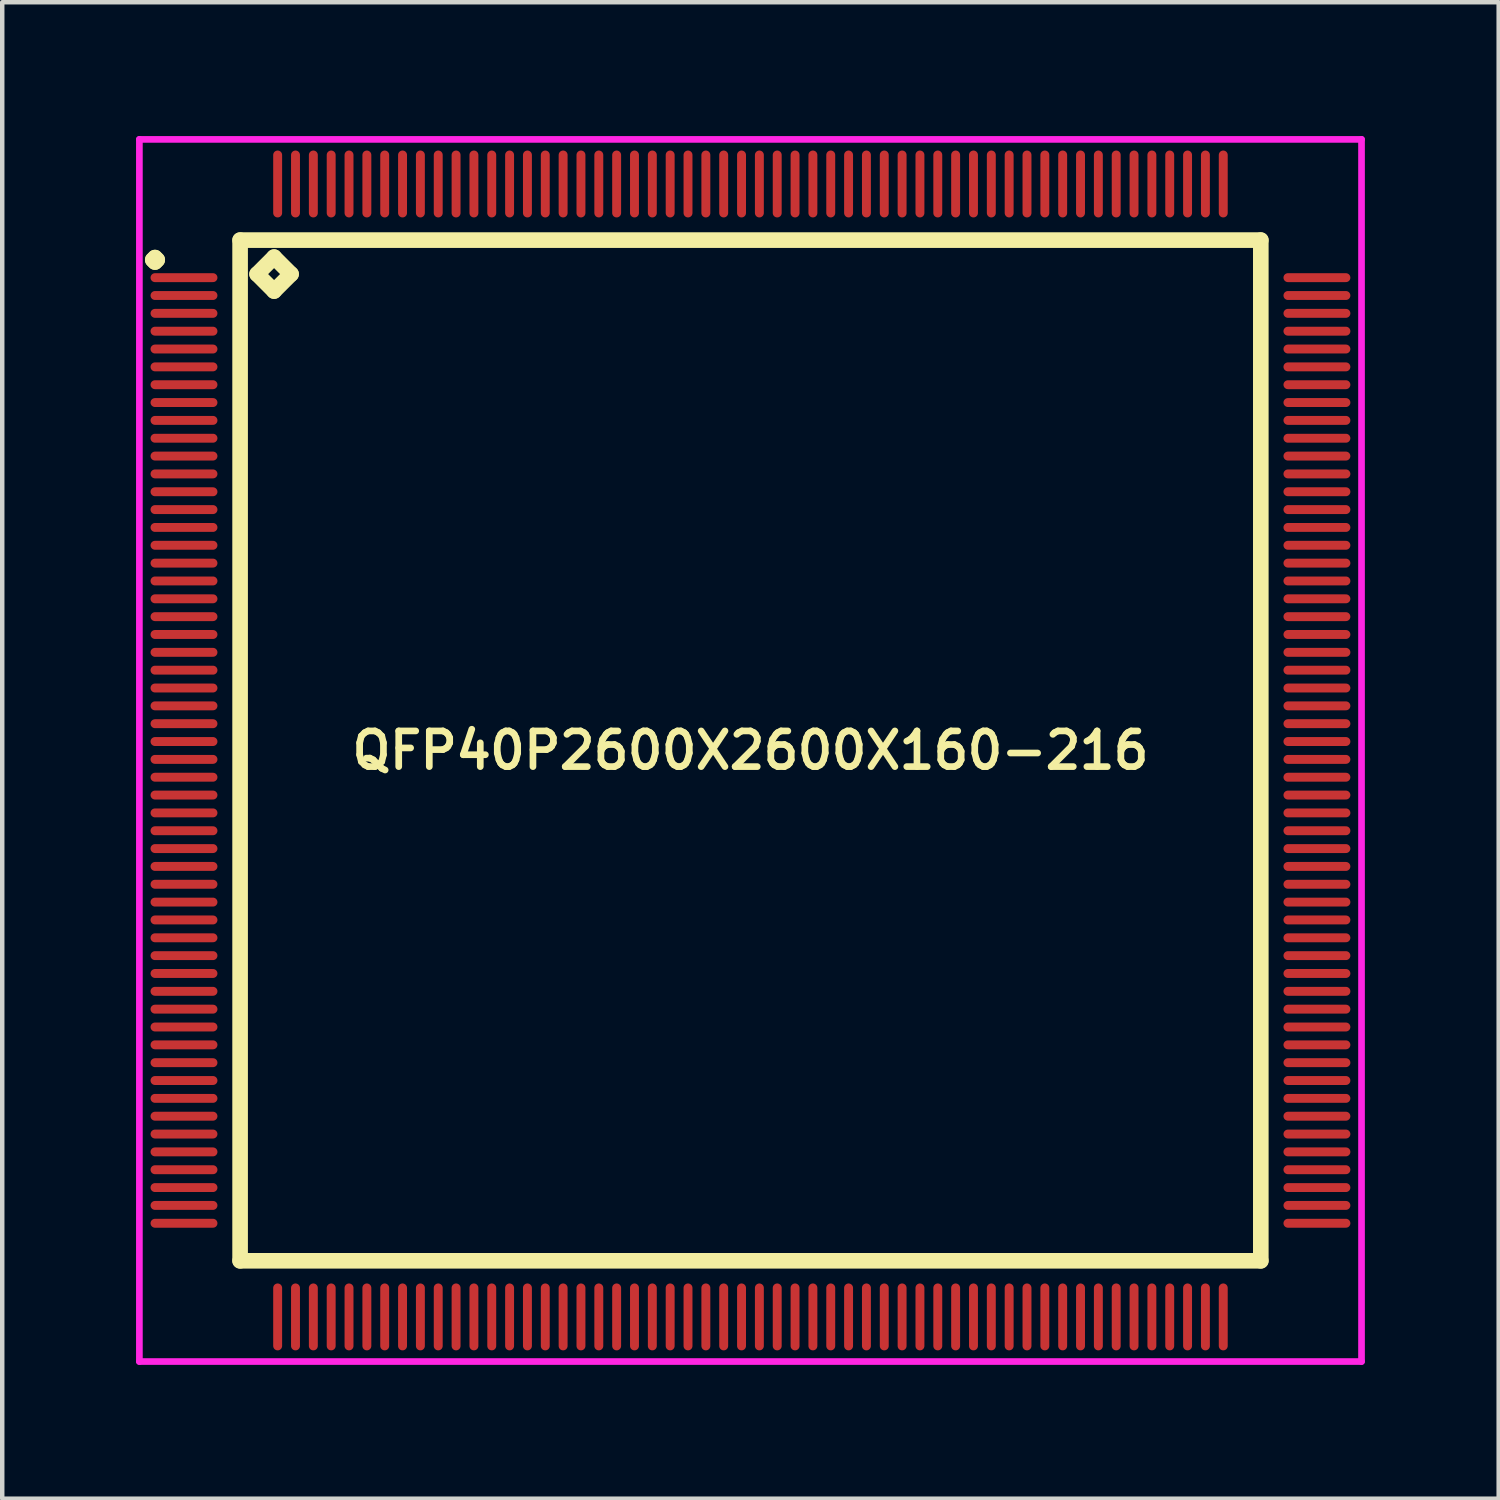
<source format=kicad_pcb>
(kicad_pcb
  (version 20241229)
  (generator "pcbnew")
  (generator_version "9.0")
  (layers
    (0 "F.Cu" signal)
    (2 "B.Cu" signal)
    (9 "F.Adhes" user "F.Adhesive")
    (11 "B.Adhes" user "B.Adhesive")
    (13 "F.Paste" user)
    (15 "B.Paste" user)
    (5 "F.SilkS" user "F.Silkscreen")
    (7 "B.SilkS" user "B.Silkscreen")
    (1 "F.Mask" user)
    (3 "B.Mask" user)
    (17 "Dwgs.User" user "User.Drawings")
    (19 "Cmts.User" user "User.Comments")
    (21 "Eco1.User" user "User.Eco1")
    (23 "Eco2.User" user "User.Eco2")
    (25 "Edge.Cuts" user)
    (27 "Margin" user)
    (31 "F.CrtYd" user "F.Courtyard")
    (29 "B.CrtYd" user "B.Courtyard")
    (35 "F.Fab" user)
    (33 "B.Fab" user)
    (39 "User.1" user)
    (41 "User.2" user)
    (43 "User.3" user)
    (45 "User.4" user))
  (footprint "QFP40P2600X2600X160-216"
    (layer "F.Cu")
    (at 13.775 13.775)
    (property "Reference" "QFP40P2600X2600X160-216" (at 0 0 0) (layer "F.SilkS") (effects (font (size 0.8 0.8) (thickness 0.15))))
    (attr smd)
    (fp_line (start -13.4 -11) (end -13.35 -11.05) (stroke (width 0.35) (type solid)) (layer "F.SilkS"))
    (fp_line (start -13.35 -11.05) (end -13.3 -11) (stroke (width 0.35) (type solid)) (layer "F.SilkS"))
    (fp_line (start -13.35 -10.95) (end -13.4 -11) (stroke (width 0.35) (type solid)) (layer "F.SilkS"))
    (fp_line (start -13.3 -11) (end -13.35 -10.95) (stroke (width 0.35) (type solid)) (layer "F.SilkS"))
    (fp_line (start -11.442 -11.442) (end -11.442 11.442) (stroke (width 0.35) (type solid)) (layer "F.SilkS"))
    (fp_line (start -11.442 11.442) (end 11.442 11.442) (stroke (width 0.35) (type solid)) (layer "F.SilkS"))
    (fp_line (start -11.061 -10.68) (end -10.68 -11.061) (stroke (width 0.35) (type solid)) (layer "F.SilkS"))
    (fp_line (start -10.68 -11.061) (end -10.299 -10.68) (stroke (width 0.35) (type solid)) (layer "F.SilkS"))
    (fp_line (start -10.68 -10.299) (end -11.061 -10.68) (stroke (width 0.35) (type solid)) (layer "F.SilkS"))
    (fp_line (start -10.299 -10.68) (end -10.68 -10.299) (stroke (width 0.35) (type solid)) (layer "F.SilkS"))
    (fp_line (start 11.442 -11.442) (end -11.442 -11.442) (stroke (width 0.35) (type solid)) (layer "F.SilkS"))
    (fp_line (start 11.442 11.442) (end 11.442 -11.442) (stroke (width 0.35) (type solid)) (layer "F.SilkS"))
    (fp_line (start -13.7 -13.7) (end 13.7 -13.7) (stroke (width 0.15) (type solid)) (layer "F.CrtYd"))
    (fp_line (start -13.7 13.7) (end -13.7 -13.7) (stroke (width 0.15) (type solid)) (layer "F.CrtYd"))
    (fp_line (start 13.7 -13.7) (end 13.7 13.7) (stroke (width 0.15) (type solid)) (layer "F.CrtYd"))
    (fp_line (start 13.7 13.7) (end -13.7 13.7) (stroke (width 0.15) (type solid)) (layer "F.CrtYd"))
    (pad "1" smd oval (at -12.7 -10.6) (size 1.5 0.2) (layers "F.Cu" "F.Mask" "F.Paste"))
    (pad "2" smd oval (at -12.7 -10.2) (size 1.5 0.2) (layers "F.Cu" "F.Mask" "F.Paste"))
    (pad "3" smd oval (at -12.7 -9.8) (size 1.5 0.2) (layers "F.Cu" "F.Mask" "F.Paste"))
    (pad "4" smd oval (at -12.7 -9.4) (size 1.5 0.2) (layers "F.Cu" "F.Mask" "F.Paste"))
    (pad "5" smd oval (at -12.7 -9) (size 1.5 0.2) (layers "F.Cu" "F.Mask" "F.Paste"))
    (pad "6" smd oval (at -12.7 -8.6) (size 1.5 0.2) (layers "F.Cu" "F.Mask" "F.Paste"))
    (pad "7" smd oval (at -12.7 -8.2) (size 1.5 0.2) (layers "F.Cu" "F.Mask" "F.Paste"))
    (pad "8" smd oval (at -12.7 -7.8) (size 1.5 0.2) (layers "F.Cu" "F.Mask" "F.Paste"))
    (pad "9" smd oval (at -12.7 -7.4) (size 1.5 0.2) (layers "F.Cu" "F.Mask" "F.Paste"))
    (pad "10" smd oval (at -12.7 -7) (size 1.5 0.2) (layers "F.Cu" "F.Mask" "F.Paste"))
    (pad "11" smd oval (at -12.7 -6.6) (size 1.5 0.2) (layers "F.Cu" "F.Mask" "F.Paste"))
    (pad "12" smd oval (at -12.7 -6.2) (size 1.5 0.2) (layers "F.Cu" "F.Mask" "F.Paste"))
    (pad "13" smd oval (at -12.7 -5.8) (size 1.5 0.2) (layers "F.Cu" "F.Mask" "F.Paste"))
    (pad "14" smd oval (at -12.7 -5.4) (size 1.5 0.2) (layers "F.Cu" "F.Mask" "F.Paste"))
    (pad "15" smd oval (at -12.7 -5) (size 1.5 0.2) (layers "F.Cu" "F.Mask" "F.Paste"))
    (pad "16" smd oval (at -12.7 -4.6) (size 1.5 0.2) (layers "F.Cu" "F.Mask" "F.Paste"))
    (pad "17" smd oval (at -12.7 -4.2) (size 1.5 0.2) (layers "F.Cu" "F.Mask" "F.Paste"))
    (pad "18" smd oval (at -12.7 -3.8) (size 1.5 0.2) (layers "F.Cu" "F.Mask" "F.Paste"))
    (pad "19" smd oval (at -12.7 -3.4) (size 1.5 0.2) (layers "F.Cu" "F.Mask" "F.Paste"))
    (pad "20" smd oval (at -12.7 -3) (size 1.5 0.2) (layers "F.Cu" "F.Mask" "F.Paste"))
    (pad "21" smd oval (at -12.7 -2.6) (size 1.5 0.2) (layers "F.Cu" "F.Mask" "F.Paste"))
    (pad "22" smd oval (at -12.7 -2.2) (size 1.5 0.2) (layers "F.Cu" "F.Mask" "F.Paste"))
    (pad "23" smd oval (at -12.7 -1.8) (size 1.5 0.2) (layers "F.Cu" "F.Mask" "F.Paste"))
    (pad "24" smd oval (at -12.7 -1.4) (size 1.5 0.2) (layers "F.Cu" "F.Mask" "F.Paste"))
    (pad "25" smd oval (at -12.7 -1) (size 1.5 0.2) (layers "F.Cu" "F.Mask" "F.Paste"))
    (pad "26" smd oval (at -12.7 -0.6) (size 1.5 0.2) (layers "F.Cu" "F.Mask" "F.Paste"))
    (pad "27" smd oval (at -12.7 -0.2) (size 1.5 0.2) (layers "F.Cu" "F.Mask" "F.Paste"))
    (pad "28" smd oval (at -12.7 0.2) (size 1.5 0.2) (layers "F.Cu" "F.Mask" "F.Paste"))
    (pad "29" smd oval (at -12.7 0.6) (size 1.5 0.2) (layers "F.Cu" "F.Mask" "F.Paste"))
    (pad "30" smd oval (at -12.7 1) (size 1.5 0.2) (layers "F.Cu" "F.Mask" "F.Paste"))
    (pad "31" smd oval (at -12.7 1.4) (size 1.5 0.2) (layers "F.Cu" "F.Mask" "F.Paste"))
    (pad "32" smd oval (at -12.7 1.8) (size 1.5 0.2) (layers "F.Cu" "F.Mask" "F.Paste"))
    (pad "33" smd oval (at -12.7 2.2) (size 1.5 0.2) (layers "F.Cu" "F.Mask" "F.Paste"))
    (pad "34" smd oval (at -12.7 2.6) (size 1.5 0.2) (layers "F.Cu" "F.Mask" "F.Paste"))
    (pad "35" smd oval (at -12.7 3) (size 1.5 0.2) (layers "F.Cu" "F.Mask" "F.Paste"))
    (pad "36" smd oval (at -12.7 3.4) (size 1.5 0.2) (layers "F.Cu" "F.Mask" "F.Paste"))
    (pad "37" smd oval (at -12.7 3.8) (size 1.5 0.2) (layers "F.Cu" "F.Mask" "F.Paste"))
    (pad "38" smd oval (at -12.7 4.2) (size 1.5 0.2) (layers "F.Cu" "F.Mask" "F.Paste"))
    (pad "39" smd oval (at -12.7 4.6) (size 1.5 0.2) (layers "F.Cu" "F.Mask" "F.Paste"))
    (pad "40" smd oval (at -12.7 5) (size 1.5 0.2) (layers "F.Cu" "F.Mask" "F.Paste"))
    (pad "41" smd oval (at -12.7 5.4) (size 1.5 0.2) (layers "F.Cu" "F.Mask" "F.Paste"))
    (pad "42" smd oval (at -12.7 5.8) (size 1.5 0.2) (layers "F.Cu" "F.Mask" "F.Paste"))
    (pad "43" smd oval (at -12.7 6.2) (size 1.5 0.2) (layers "F.Cu" "F.Mask" "F.Paste"))
    (pad "44" smd oval (at -12.7 6.6) (size 1.5 0.2) (layers "F.Cu" "F.Mask" "F.Paste"))
    (pad "45" smd oval (at -12.7 7) (size 1.5 0.2) (layers "F.Cu" "F.Mask" "F.Paste"))
    (pad "46" smd oval (at -12.7 7.4) (size 1.5 0.2) (layers "F.Cu" "F.Mask" "F.Paste"))
    (pad "47" smd oval (at -12.7 7.8) (size 1.5 0.2) (layers "F.Cu" "F.Mask" "F.Paste"))
    (pad "48" smd oval (at -12.7 8.2) (size 1.5 0.2) (layers "F.Cu" "F.Mask" "F.Paste"))
    (pad "49" smd oval (at -12.7 8.6) (size 1.5 0.2) (layers "F.Cu" "F.Mask" "F.Paste"))
    (pad "50" smd oval (at -12.7 9) (size 1.5 0.2) (layers "F.Cu" "F.Mask" "F.Paste"))
    (pad "51" smd oval (at -12.7 9.4) (size 1.5 0.2) (layers "F.Cu" "F.Mask" "F.Paste"))
    (pad "52" smd oval (at -12.7 9.8) (size 1.5 0.2) (layers "F.Cu" "F.Mask" "F.Paste"))
    (pad "53" smd oval (at -12.7 10.2) (size 1.5 0.2) (layers "F.Cu" "F.Mask" "F.Paste"))
    (pad "54" smd oval (at -12.7 10.6) (size 1.5 0.2) (layers "F.Cu" "F.Mask" "F.Paste"))
    (pad "55" smd oval (at -10.6 12.7) (size 0.2 1.5) (layers "F.Cu" "F.Mask" "F.Paste"))
    (pad "56" smd oval (at -10.2 12.7) (size 0.2 1.5) (layers "F.Cu" "F.Mask" "F.Paste"))
    (pad "57" smd oval (at -9.8 12.7) (size 0.2 1.5) (layers "F.Cu" "F.Mask" "F.Paste"))
    (pad "58" smd oval (at -9.4 12.7) (size 0.2 1.5) (layers "F.Cu" "F.Mask" "F.Paste"))
    (pad "59" smd oval (at -9 12.7) (size 0.2 1.5) (layers "F.Cu" "F.Mask" "F.Paste"))
    (pad "60" smd oval (at -8.6 12.7) (size 0.2 1.5) (layers "F.Cu" "F.Mask" "F.Paste"))
    (pad "61" smd oval (at -8.2 12.7) (size 0.2 1.5) (layers "F.Cu" "F.Mask" "F.Paste"))
    (pad "62" smd oval (at -7.8 12.7) (size 0.2 1.5) (layers "F.Cu" "F.Mask" "F.Paste"))
    (pad "63" smd oval (at -7.4 12.7) (size 0.2 1.5) (layers "F.Cu" "F.Mask" "F.Paste"))
    (pad "64" smd oval (at -7 12.7) (size 0.2 1.5) (layers "F.Cu" "F.Mask" "F.Paste"))
    (pad "65" smd oval (at -6.6 12.7) (size 0.2 1.5) (layers "F.Cu" "F.Mask" "F.Paste"))
    (pad "66" smd oval (at -6.2 12.7) (size 0.2 1.5) (layers "F.Cu" "F.Mask" "F.Paste"))
    (pad "67" smd oval (at -5.8 12.7) (size 0.2 1.5) (layers "F.Cu" "F.Mask" "F.Paste"))
    (pad "68" smd oval (at -5.4 12.7) (size 0.2 1.5) (layers "F.Cu" "F.Mask" "F.Paste"))
    (pad "69" smd oval (at -5 12.7) (size 0.2 1.5) (layers "F.Cu" "F.Mask" "F.Paste"))
    (pad "70" smd oval (at -4.6 12.7) (size 0.2 1.5) (layers "F.Cu" "F.Mask" "F.Paste"))
    (pad "71" smd oval (at -4.2 12.7) (size 0.2 1.5) (layers "F.Cu" "F.Mask" "F.Paste"))
    (pad "72" smd oval (at -3.8 12.7) (size 0.2 1.5) (layers "F.Cu" "F.Mask" "F.Paste"))
    (pad "73" smd oval (at -3.4 12.7) (size 0.2 1.5) (layers "F.Cu" "F.Mask" "F.Paste"))
    (pad "74" smd oval (at -3 12.7) (size 0.2 1.5) (layers "F.Cu" "F.Mask" "F.Paste"))
    (pad "75" smd oval (at -2.6 12.7) (size 0.2 1.5) (layers "F.Cu" "F.Mask" "F.Paste"))
    (pad "76" smd oval (at -2.2 12.7) (size 0.2 1.5) (layers "F.Cu" "F.Mask" "F.Paste"))
    (pad "77" smd oval (at -1.8 12.7) (size 0.2 1.5) (layers "F.Cu" "F.Mask" "F.Paste"))
    (pad "78" smd oval (at -1.4 12.7) (size 0.2 1.5) (layers "F.Cu" "F.Mask" "F.Paste"))
    (pad "79" smd oval (at -1 12.7) (size 0.2 1.5) (layers "F.Cu" "F.Mask" "F.Paste"))
    (pad "80" smd oval (at -0.6 12.7) (size 0.2 1.5) (layers "F.Cu" "F.Mask" "F.Paste"))
    (pad "81" smd oval (at -0.2 12.7) (size 0.2 1.5) (layers "F.Cu" "F.Mask" "F.Paste"))
    (pad "82" smd oval (at 0.2 12.7) (size 0.2 1.5) (layers "F.Cu" "F.Mask" "F.Paste"))
    (pad "83" smd oval (at 0.6 12.7) (size 0.2 1.5) (layers "F.Cu" "F.Mask" "F.Paste"))
    (pad "84" smd oval (at 1 12.7) (size 0.2 1.5) (layers "F.Cu" "F.Mask" "F.Paste"))
    (pad "85" smd oval (at 1.4 12.7) (size 0.2 1.5) (layers "F.Cu" "F.Mask" "F.Paste"))
    (pad "86" smd oval (at 1.8 12.7) (size 0.2 1.5) (layers "F.Cu" "F.Mask" "F.Paste"))
    (pad "87" smd oval (at 2.2 12.7) (size 0.2 1.5) (layers "F.Cu" "F.Mask" "F.Paste"))
    (pad "88" smd oval (at 2.6 12.7) (size 0.2 1.5) (layers "F.Cu" "F.Mask" "F.Paste"))
    (pad "89" smd oval (at 3 12.7) (size 0.2 1.5) (layers "F.Cu" "F.Mask" "F.Paste"))
    (pad "90" smd oval (at 3.4 12.7) (size 0.2 1.5) (layers "F.Cu" "F.Mask" "F.Paste"))
    (pad "91" smd oval (at 3.8 12.7) (size 0.2 1.5) (layers "F.Cu" "F.Mask" "F.Paste"))
    (pad "92" smd oval (at 4.2 12.7) (size 0.2 1.5) (layers "F.Cu" "F.Mask" "F.Paste"))
    (pad "93" smd oval (at 4.6 12.7) (size 0.2 1.5) (layers "F.Cu" "F.Mask" "F.Paste"))
    (pad "94" smd oval (at 5 12.7) (size 0.2 1.5) (layers "F.Cu" "F.Mask" "F.Paste"))
    (pad "95" smd oval (at 5.4 12.7) (size 0.2 1.5) (layers "F.Cu" "F.Mask" "F.Paste"))
    (pad "96" smd oval (at 5.8 12.7) (size 0.2 1.5) (layers "F.Cu" "F.Mask" "F.Paste"))
    (pad "97" smd oval (at 6.2 12.7) (size 0.2 1.5) (layers "F.Cu" "F.Mask" "F.Paste"))
    (pad "98" smd oval (at 6.6 12.7) (size 0.2 1.5) (layers "F.Cu" "F.Mask" "F.Paste"))
    (pad "99" smd oval (at 7 12.7) (size 0.2 1.5) (layers "F.Cu" "F.Mask" "F.Paste"))
    (pad "100" smd oval (at 7.4 12.7) (size 0.2 1.5) (layers "F.Cu" "F.Mask" "F.Paste"))
    (pad "101" smd oval (at 7.8 12.7) (size 0.2 1.5) (layers "F.Cu" "F.Mask" "F.Paste"))
    (pad "102" smd oval (at 8.2 12.7) (size 0.2 1.5) (layers "F.Cu" "F.Mask" "F.Paste"))
    (pad "103" smd oval (at 8.6 12.7) (size 0.2 1.5) (layers "F.Cu" "F.Mask" "F.Paste"))
    (pad "104" smd oval (at 9 12.7) (size 0.2 1.5) (layers "F.Cu" "F.Mask" "F.Paste"))
    (pad "105" smd oval (at 9.4 12.7) (size 0.2 1.5) (layers "F.Cu" "F.Mask" "F.Paste"))
    (pad "106" smd oval (at 9.8 12.7) (size 0.2 1.5) (layers "F.Cu" "F.Mask" "F.Paste"))
    (pad "107" smd oval (at 10.2 12.7) (size 0.2 1.5) (layers "F.Cu" "F.Mask" "F.Paste"))
    (pad "108" smd oval (at 10.6 12.7) (size 0.2 1.5) (layers "F.Cu" "F.Mask" "F.Paste"))
    (pad "109" smd oval (at 12.7 10.6) (size 1.5 0.2) (layers "F.Cu" "F.Mask" "F.Paste"))
    (pad "110" smd oval (at 12.7 10.2) (size 1.5 0.2) (layers "F.Cu" "F.Mask" "F.Paste"))
    (pad "111" smd oval (at 12.7 9.8) (size 1.5 0.2) (layers "F.Cu" "F.Mask" "F.Paste"))
    (pad "112" smd oval (at 12.7 9.4) (size 1.5 0.2) (layers "F.Cu" "F.Mask" "F.Paste"))
    (pad "113" smd oval (at 12.7 9) (size 1.5 0.2) (layers "F.Cu" "F.Mask" "F.Paste"))
    (pad "114" smd oval (at 12.7 8.6) (size 1.5 0.2) (layers "F.Cu" "F.Mask" "F.Paste"))
    (pad "115" smd oval (at 12.7 8.2) (size 1.5 0.2) (layers "F.Cu" "F.Mask" "F.Paste"))
    (pad "116" smd oval (at 12.7 7.8) (size 1.5 0.2) (layers "F.Cu" "F.Mask" "F.Paste"))
    (pad "117" smd oval (at 12.7 7.4) (size 1.5 0.2) (layers "F.Cu" "F.Mask" "F.Paste"))
    (pad "118" smd oval (at 12.7 7) (size 1.5 0.2) (layers "F.Cu" "F.Mask" "F.Paste"))
    (pad "119" smd oval (at 12.7 6.6) (size 1.5 0.2) (layers "F.Cu" "F.Mask" "F.Paste"))
    (pad "120" smd oval (at 12.7 6.2) (size 1.5 0.2) (layers "F.Cu" "F.Mask" "F.Paste"))
    (pad "121" smd oval (at 12.7 5.8) (size 1.5 0.2) (layers "F.Cu" "F.Mask" "F.Paste"))
    (pad "122" smd oval (at 12.7 5.4) (size 1.5 0.2) (layers "F.Cu" "F.Mask" "F.Paste"))
    (pad "123" smd oval (at 12.7 5) (size 1.5 0.2) (layers "F.Cu" "F.Mask" "F.Paste"))
    (pad "124" smd oval (at 12.7 4.6) (size 1.5 0.2) (layers "F.Cu" "F.Mask" "F.Paste"))
    (pad "125" smd oval (at 12.7 4.2) (size 1.5 0.2) (layers "F.Cu" "F.Mask" "F.Paste"))
    (pad "126" smd oval (at 12.7 3.8) (size 1.5 0.2) (layers "F.Cu" "F.Mask" "F.Paste"))
    (pad "127" smd oval (at 12.7 3.4) (size 1.5 0.2) (layers "F.Cu" "F.Mask" "F.Paste"))
    (pad "128" smd oval (at 12.7 3) (size 1.5 0.2) (layers "F.Cu" "F.Mask" "F.Paste"))
    (pad "129" smd oval (at 12.7 2.6) (size 1.5 0.2) (layers "F.Cu" "F.Mask" "F.Paste"))
    (pad "130" smd oval (at 12.7 2.2) (size 1.5 0.2) (layers "F.Cu" "F.Mask" "F.Paste"))
    (pad "131" smd oval (at 12.7 1.8) (size 1.5 0.2) (layers "F.Cu" "F.Mask" "F.Paste"))
    (pad "132" smd oval (at 12.7 1.4) (size 1.5 0.2) (layers "F.Cu" "F.Mask" "F.Paste"))
    (pad "133" smd oval (at 12.7 1) (size 1.5 0.2) (layers "F.Cu" "F.Mask" "F.Paste"))
    (pad "134" smd oval (at 12.7 0.6) (size 1.5 0.2) (layers "F.Cu" "F.Mask" "F.Paste"))
    (pad "135" smd oval (at 12.7 0.2) (size 1.5 0.2) (layers "F.Cu" "F.Mask" "F.Paste"))
    (pad "136" smd oval (at 12.7 -0.2) (size 1.5 0.2) (layers "F.Cu" "F.Mask" "F.Paste"))
    (pad "137" smd oval (at 12.7 -0.6) (size 1.5 0.2) (layers "F.Cu" "F.Mask" "F.Paste"))
    (pad "138" smd oval (at 12.7 -1) (size 1.5 0.2) (layers "F.Cu" "F.Mask" "F.Paste"))
    (pad "139" smd oval (at 12.7 -1.4) (size 1.5 0.2) (layers "F.Cu" "F.Mask" "F.Paste"))
    (pad "140" smd oval (at 12.7 -1.8) (size 1.5 0.2) (layers "F.Cu" "F.Mask" "F.Paste"))
    (pad "141" smd oval (at 12.7 -2.2) (size 1.5 0.2) (layers "F.Cu" "F.Mask" "F.Paste"))
    (pad "142" smd oval (at 12.7 -2.6) (size 1.5 0.2) (layers "F.Cu" "F.Mask" "F.Paste"))
    (pad "143" smd oval (at 12.7 -3) (size 1.5 0.2) (layers "F.Cu" "F.Mask" "F.Paste"))
    (pad "144" smd oval (at 12.7 -3.4) (size 1.5 0.2) (layers "F.Cu" "F.Mask" "F.Paste"))
    (pad "145" smd oval (at 12.7 -3.8) (size 1.5 0.2) (layers "F.Cu" "F.Mask" "F.Paste"))
    (pad "146" smd oval (at 12.7 -4.2) (size 1.5 0.2) (layers "F.Cu" "F.Mask" "F.Paste"))
    (pad "147" smd oval (at 12.7 -4.6) (size 1.5 0.2) (layers "F.Cu" "F.Mask" "F.Paste"))
    (pad "148" smd oval (at 12.7 -5) (size 1.5 0.2) (layers "F.Cu" "F.Mask" "F.Paste"))
    (pad "149" smd oval (at 12.7 -5.4) (size 1.5 0.2) (layers "F.Cu" "F.Mask" "F.Paste"))
    (pad "150" smd oval (at 12.7 -5.8) (size 1.5 0.2) (layers "F.Cu" "F.Mask" "F.Paste"))
    (pad "151" smd oval (at 12.7 -6.2) (size 1.5 0.2) (layers "F.Cu" "F.Mask" "F.Paste"))
    (pad "152" smd oval (at 12.7 -6.6) (size 1.5 0.2) (layers "F.Cu" "F.Mask" "F.Paste"))
    (pad "153" smd oval (at 12.7 -7) (size 1.5 0.2) (layers "F.Cu" "F.Mask" "F.Paste"))
    (pad "154" smd oval (at 12.7 -7.4) (size 1.5 0.2) (layers "F.Cu" "F.Mask" "F.Paste"))
    (pad "155" smd oval (at 12.7 -7.8) (size 1.5 0.2) (layers "F.Cu" "F.Mask" "F.Paste"))
    (pad "156" smd oval (at 12.7 -8.2) (size 1.5 0.2) (layers "F.Cu" "F.Mask" "F.Paste"))
    (pad "157" smd oval (at 12.7 -8.6) (size 1.5 0.2) (layers "F.Cu" "F.Mask" "F.Paste"))
    (pad "158" smd oval (at 12.7 -9) (size 1.5 0.2) (layers "F.Cu" "F.Mask" "F.Paste"))
    (pad "159" smd oval (at 12.7 -9.4) (size 1.5 0.2) (layers "F.Cu" "F.Mask" "F.Paste"))
    (pad "160" smd oval (at 12.7 -9.8) (size 1.5 0.2) (layers "F.Cu" "F.Mask" "F.Paste"))
    (pad "161" smd oval (at 12.7 -10.2) (size 1.5 0.2) (layers "F.Cu" "F.Mask" "F.Paste"))
    (pad "162" smd oval (at 12.7 -10.6) (size 1.5 0.2) (layers "F.Cu" "F.Mask" "F.Paste"))
    (pad "163" smd oval (at 10.6 -12.7) (size 0.2 1.5) (layers "F.Cu" "F.Mask" "F.Paste"))
    (pad "164" smd oval (at 10.2 -12.7) (size 0.2 1.5) (layers "F.Cu" "F.Mask" "F.Paste"))
    (pad "165" smd oval (at 9.8 -12.7) (size 0.2 1.5) (layers "F.Cu" "F.Mask" "F.Paste"))
    (pad "166" smd oval (at 9.4 -12.7) (size 0.2 1.5) (layers "F.Cu" "F.Mask" "F.Paste"))
    (pad "167" smd oval (at 9 -12.7) (size 0.2 1.5) (layers "F.Cu" "F.Mask" "F.Paste"))
    (pad "168" smd oval (at 8.6 -12.7) (size 0.2 1.5) (layers "F.Cu" "F.Mask" "F.Paste"))
    (pad "169" smd oval (at 8.2 -12.7) (size 0.2 1.5) (layers "F.Cu" "F.Mask" "F.Paste"))
    (pad "170" smd oval (at 7.8 -12.7) (size 0.2 1.5) (layers "F.Cu" "F.Mask" "F.Paste"))
    (pad "171" smd oval (at 7.4 -12.7) (size 0.2 1.5) (layers "F.Cu" "F.Mask" "F.Paste"))
    (pad "172" smd oval (at 7 -12.7) (size 0.2 1.5) (layers "F.Cu" "F.Mask" "F.Paste"))
    (pad "173" smd oval (at 6.6 -12.7) (size 0.2 1.5) (layers "F.Cu" "F.Mask" "F.Paste"))
    (pad "174" smd oval (at 6.2 -12.7) (size 0.2 1.5) (layers "F.Cu" "F.Mask" "F.Paste"))
    (pad "175" smd oval (at 5.8 -12.7) (size 0.2 1.5) (layers "F.Cu" "F.Mask" "F.Paste"))
    (pad "176" smd oval (at 5.4 -12.7) (size 0.2 1.5) (layers "F.Cu" "F.Mask" "F.Paste"))
    (pad "177" smd oval (at 5 -12.7) (size 0.2 1.5) (layers "F.Cu" "F.Mask" "F.Paste"))
    (pad "178" smd oval (at 4.6 -12.7) (size 0.2 1.5) (layers "F.Cu" "F.Mask" "F.Paste"))
    (pad "179" smd oval (at 4.2 -12.7) (size 0.2 1.5) (layers "F.Cu" "F.Mask" "F.Paste"))
    (pad "180" smd oval (at 3.8 -12.7) (size 0.2 1.5) (layers "F.Cu" "F.Mask" "F.Paste"))
    (pad "181" smd oval (at 3.4 -12.7) (size 0.2 1.5) (layers "F.Cu" "F.Mask" "F.Paste"))
    (pad "182" smd oval (at 3 -12.7) (size 0.2 1.5) (layers "F.Cu" "F.Mask" "F.Paste"))
    (pad "183" smd oval (at 2.6 -12.7) (size 0.2 1.5) (layers "F.Cu" "F.Mask" "F.Paste"))
    (pad "184" smd oval (at 2.2 -12.7) (size 0.2 1.5) (layers "F.Cu" "F.Mask" "F.Paste"))
    (pad "185" smd oval (at 1.8 -12.7) (size 0.2 1.5) (layers "F.Cu" "F.Mask" "F.Paste"))
    (pad "186" smd oval (at 1.4 -12.7) (size 0.2 1.5) (layers "F.Cu" "F.Mask" "F.Paste"))
    (pad "187" smd oval (at 1 -12.7) (size 0.2 1.5) (layers "F.Cu" "F.Mask" "F.Paste"))
    (pad "188" smd oval (at 0.6 -12.7) (size 0.2 1.5) (layers "F.Cu" "F.Mask" "F.Paste"))
    (pad "189" smd oval (at 0.2 -12.7) (size 0.2 1.5) (layers "F.Cu" "F.Mask" "F.Paste"))
    (pad "190" smd oval (at -0.2 -12.7) (size 0.2 1.5) (layers "F.Cu" "F.Mask" "F.Paste"))
    (pad "191" smd oval (at -0.6 -12.7) (size 0.2 1.5) (layers "F.Cu" "F.Mask" "F.Paste"))
    (pad "192" smd oval (at -1 -12.7) (size 0.2 1.5) (layers "F.Cu" "F.Mask" "F.Paste"))
    (pad "193" smd oval (at -1.4 -12.7) (size 0.2 1.5) (layers "F.Cu" "F.Mask" "F.Paste"))
    (pad "194" smd oval (at -1.8 -12.7) (size 0.2 1.5) (layers "F.Cu" "F.Mask" "F.Paste"))
    (pad "195" smd oval (at -2.2 -12.7) (size 0.2 1.5) (layers "F.Cu" "F.Mask" "F.Paste"))
    (pad "196" smd oval (at -2.6 -12.7) (size 0.2 1.5) (layers "F.Cu" "F.Mask" "F.Paste"))
    (pad "197" smd oval (at -3 -12.7) (size 0.2 1.5) (layers "F.Cu" "F.Mask" "F.Paste"))
    (pad "198" smd oval (at -3.4 -12.7) (size 0.2 1.5) (layers "F.Cu" "F.Mask" "F.Paste"))
    (pad "199" smd oval (at -3.8 -12.7) (size 0.2 1.5) (layers "F.Cu" "F.Mask" "F.Paste"))
    (pad "200" smd oval (at -4.2 -12.7) (size 0.2 1.5) (layers "F.Cu" "F.Mask" "F.Paste"))
    (pad "201" smd oval (at -4.6 -12.7) (size 0.2 1.5) (layers "F.Cu" "F.Mask" "F.Paste"))
    (pad "202" smd oval (at -5 -12.7) (size 0.2 1.5) (layers "F.Cu" "F.Mask" "F.Paste"))
    (pad "203" smd oval (at -5.4 -12.7) (size 0.2 1.5) (layers "F.Cu" "F.Mask" "F.Paste"))
    (pad "204" smd oval (at -5.8 -12.7) (size 0.2 1.5) (layers "F.Cu" "F.Mask" "F.Paste"))
    (pad "205" smd oval (at -6.2 -12.7) (size 0.2 1.5) (layers "F.Cu" "F.Mask" "F.Paste"))
    (pad "206" smd oval (at -6.6 -12.7) (size 0.2 1.5) (layers "F.Cu" "F.Mask" "F.Paste"))
    (pad "207" smd oval (at -7 -12.7) (size 0.2 1.5) (layers "F.Cu" "F.Mask" "F.Paste"))
    (pad "208" smd oval (at -7.4 -12.7) (size 0.2 1.5) (layers "F.Cu" "F.Mask" "F.Paste"))
    (pad "209" smd oval (at -7.8 -12.7) (size 0.2 1.5) (layers "F.Cu" "F.Mask" "F.Paste"))
    (pad "210" smd oval (at -8.2 -12.7) (size 0.2 1.5) (layers "F.Cu" "F.Mask" "F.Paste"))
    (pad "211" smd oval (at -8.6 -12.7) (size 0.2 1.5) (layers "F.Cu" "F.Mask" "F.Paste"))
    (pad "212" smd oval (at -9 -12.7) (size 0.2 1.5) (layers "F.Cu" "F.Mask" "F.Paste"))
    (pad "213" smd oval (at -9.4 -12.7) (size 0.2 1.5) (layers "F.Cu" "F.Mask" "F.Paste"))
    (pad "214" smd oval (at -9.8 -12.7) (size 0.2 1.5) (layers "F.Cu" "F.Mask" "F.Paste"))
    (pad "215" smd oval (at -10.2 -12.7) (size 0.2 1.5) (layers "F.Cu" "F.Mask" "F.Paste"))
    (pad "216" smd oval (at -10.6 -12.7) (size 0.2 1.5) (layers "F.Cu" "F.Mask" "F.Paste")))
  (gr_rect
    (start -3 -3)
    (end 30.55 30.55)
    (stroke (width 0.1) (type default))
    (fill no)
    (layer "Edge.Cuts")))
</source>
